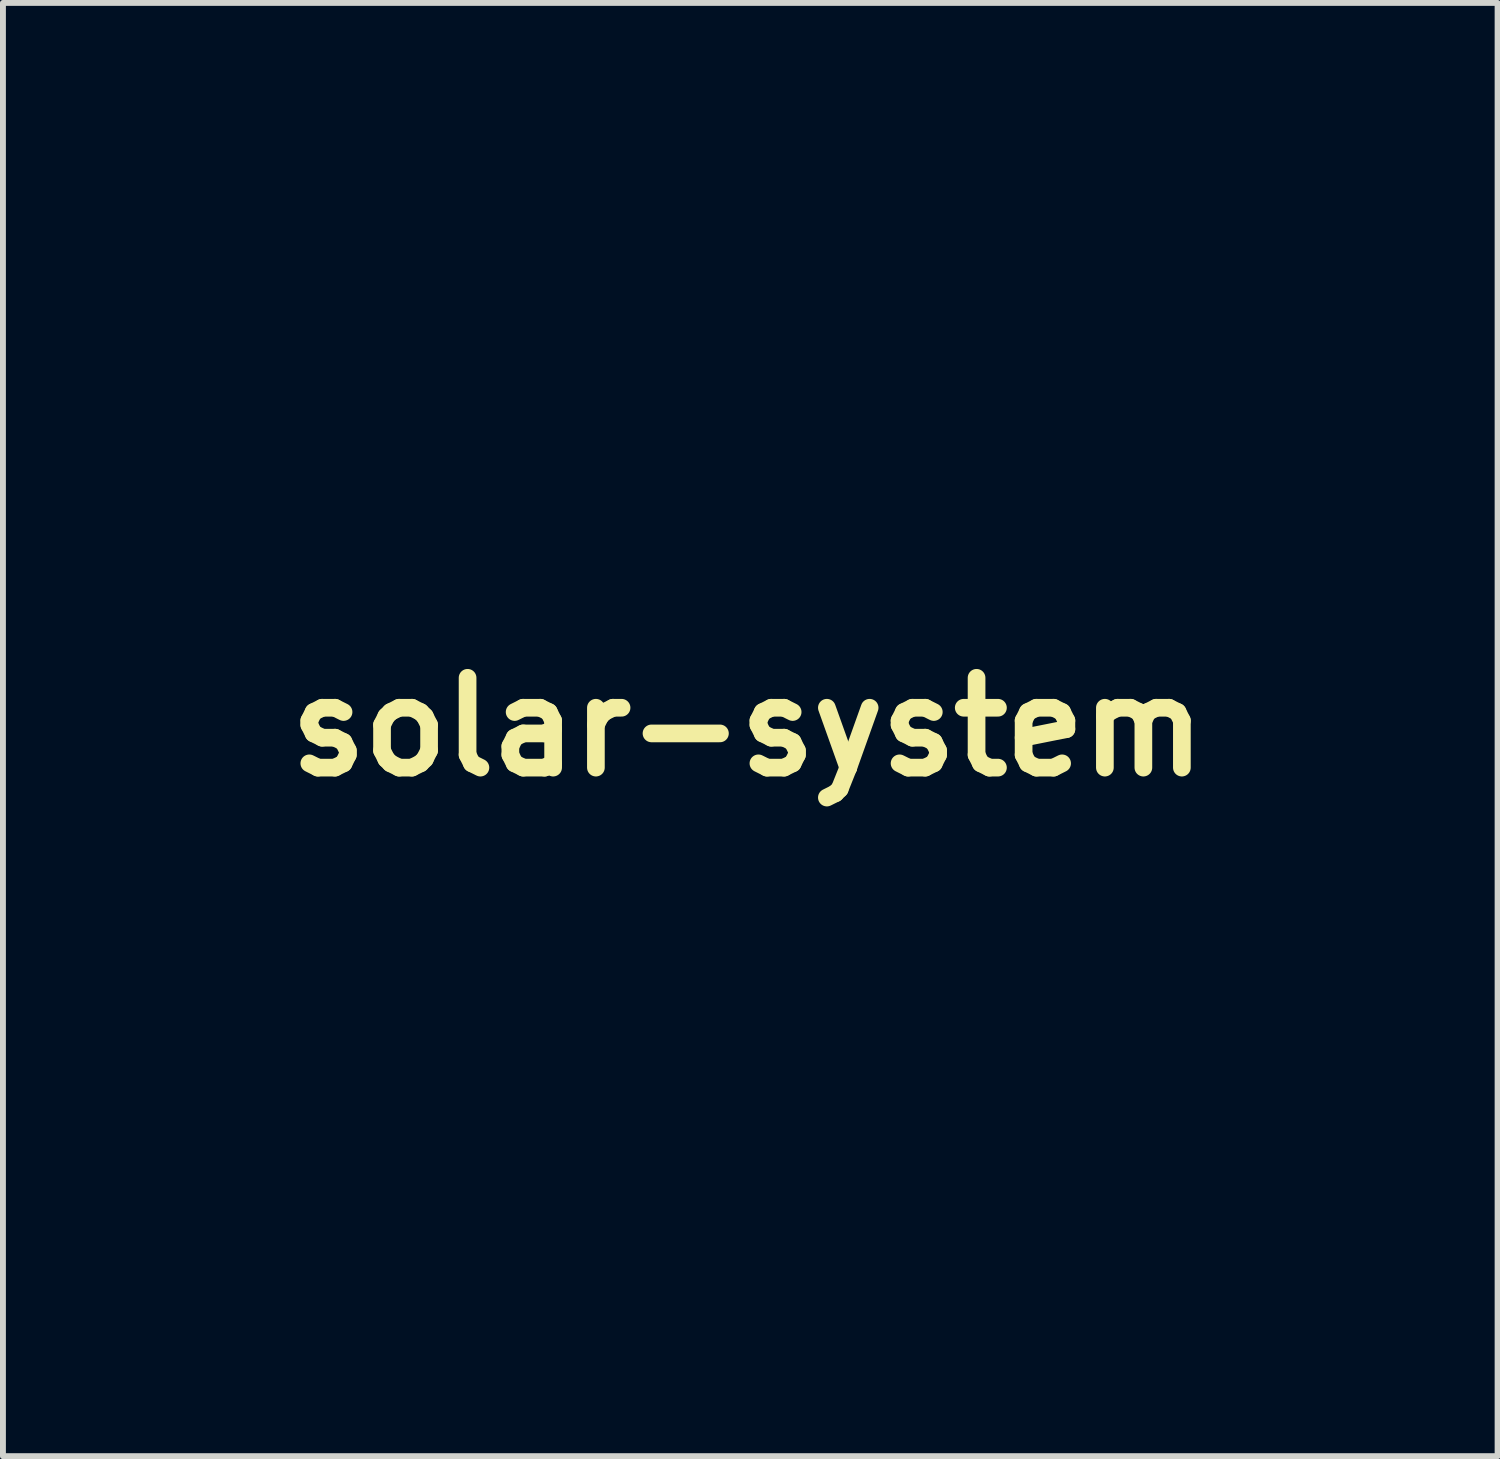
<source format=kicad_pcb>
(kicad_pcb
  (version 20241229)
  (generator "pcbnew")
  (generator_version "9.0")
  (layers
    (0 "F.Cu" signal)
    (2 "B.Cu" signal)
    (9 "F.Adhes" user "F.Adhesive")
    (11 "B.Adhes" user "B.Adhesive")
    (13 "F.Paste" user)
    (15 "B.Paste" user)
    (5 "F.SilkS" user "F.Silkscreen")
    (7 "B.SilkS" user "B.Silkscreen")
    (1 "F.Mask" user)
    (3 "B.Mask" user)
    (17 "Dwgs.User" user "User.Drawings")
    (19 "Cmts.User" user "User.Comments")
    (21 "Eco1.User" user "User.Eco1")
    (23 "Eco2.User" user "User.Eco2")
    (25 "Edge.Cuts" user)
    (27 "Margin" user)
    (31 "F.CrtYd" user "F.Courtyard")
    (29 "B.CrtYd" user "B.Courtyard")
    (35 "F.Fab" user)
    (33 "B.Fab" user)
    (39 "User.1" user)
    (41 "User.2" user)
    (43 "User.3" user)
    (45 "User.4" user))
  (footprint "solar-system"
    (layer "F.Cu")
    (at 9.637 9.285)
    (property "Reference" "solar-system" (at 0 0 0) (layer "F.SilkS") (effects (font (size 1.524 1.524) (thickness 0.3))))
    (attr through_hole)
    (fp_poly (pts (xy -2.879 5.884) (xy -2.921 5.927) (xy -2.963 5.884) (xy -2.921 5.842) (xy -2.879 5.884)) (stroke (width 0.01) (type solid)) (fill yes) (layer "F.Mask"))
    (fp_poly (pts (xy -2.54 5.884) (xy -2.582 5.927) (xy -2.625 5.884) (xy -2.582 5.842) (xy -2.54 5.884)) (stroke (width 0.01) (type solid)) (fill yes) (layer "F.Mask"))
    (fp_poly (pts (xy -5.108 -5.729) (xy -5.12 -5.679) (xy -5.165 -5.673) (xy -5.234 -5.704) (xy -5.221 -5.729) (xy -5.121 -5.739) (xy -5.108 -5.729)) (stroke (width 0.01) (type solid)) (fill yes) (layer "F.Mask"))
    (fp_poly (pts (xy -3.923 5.362) (xy -3.913 5.463) (xy -3.923 5.475) (xy -3.973 5.463) (xy -3.979 5.419) (xy -3.948 5.349) (xy -3.923 5.362)) (stroke (width 0.01) (type solid)) (fill yes) (layer "F.Mask"))
    (fp_poly (pts (xy -2.23 5.701) (xy -2.241 5.751) (xy -2.286 5.757) (xy -2.356 5.726) (xy -2.342 5.701) (xy -2.242 5.691) (xy -2.23 5.701)) (stroke (width 0.01) (type solid)) (fill yes) (layer "F.Mask"))
    (fp_poly (pts (xy 7.592 -4.882) (xy 7.58 -4.832) (xy 7.535 -4.826) (xy 7.466 -4.857) (xy 7.479 -4.882) (xy 7.579 -4.893) (xy 7.592 -4.882)) (stroke (width 0.01) (type solid)) (fill yes) (layer "F.Mask"))
    (fp_poly (pts (xy -4.019 4.927) (xy -4.045 4.99) (xy -4.124 5.032) (xy -4.223 5.058) (xy -4.182 4.996) (xy -4.171 4.985) (xy -4.06 4.918) (xy -4.019 4.927)) (stroke (width 0.01) (type solid)) (fill yes) (layer "F.Mask"))
    (fp_poly (pts (xy -3.16 5.807) (xy -3.175 5.908) (xy -3.286 5.992) (xy -3.372 5.955) (xy -3.387 5.891) (xy -3.318 5.775) (xy -3.253 5.757) (xy -3.16 5.807)) (stroke (width 0.01) (type solid)) (fill yes) (layer "F.Mask"))
    (fp_poly (pts (xy -4.828 -6.031) (xy -4.826 -6.011) (xy -4.895 -5.937) (xy -4.958 -5.927) (xy -5.046 -5.968) (xy -5.038 -6.011) (xy -4.929 -6.093) (xy -4.906 -6.096) (xy -4.828 -6.031)) (stroke (width 0.01) (type solid)) (fill yes) (layer "F.Mask"))
    (fp_poly (pts (xy -4.1 -6.395) (xy -4.106 -6.35) (xy -4.179 -6.269) (xy -4.191 -6.265) (xy -4.258 -6.324) (xy -4.276 -6.35) (xy -4.256 -6.422) (xy -4.191 -6.435) (xy -4.1 -6.395)) (stroke (width 0.01) (type solid)) (fill yes) (layer "F.Mask"))
    (fp_poly (pts (xy -3.982 -4.931) (xy -3.979 -4.911) (xy -4.044 -4.828) (xy -4.064 -4.826) (xy -4.146 -4.89) (xy -4.149 -4.911) (xy -4.084 -4.993) (xy -4.064 -4.995) (xy -3.982 -4.931)) (stroke (width 0.01) (type solid)) (fill yes) (layer "F.Mask"))
    (fp_poly (pts (xy -3.707 -6.464) (xy -3.687 -6.442) (xy -3.696 -6.331) (xy -3.718 -6.312) (xy -3.829 -6.321) (xy -3.848 -6.343) (xy -3.839 -6.453) (xy -3.817 -6.473) (xy -3.707 -6.464)) (stroke (width 0.01) (type solid)) (fill yes) (layer "F.Mask"))
    (fp_poly (pts (xy -3.622 5.643) (xy -3.603 5.665) (xy -3.611 5.776) (xy -3.633 5.795) (xy -3.744 5.787) (xy -3.763 5.765) (xy -3.755 5.654) (xy -3.733 5.635) (xy -3.622 5.643)) (stroke (width 0.01) (type solid)) (fill yes) (layer "F.Mask"))
    (fp_poly (pts (xy -3.453 -5.533) (xy -3.433 -5.511) (xy -3.442 -5.4) (xy -3.464 -5.381) (xy -3.575 -5.389) (xy -3.594 -5.411) (xy -3.585 -5.522) (xy -3.563 -5.541) (xy -3.453 -5.533)) (stroke (width 0.01) (type solid)) (fill yes) (layer "F.Mask"))
    (fp_poly (pts (xy 7.619 -3.321) (xy 7.62 -3.302) (xy 7.555 -3.221) (xy 7.53 -3.217) (xy 7.48 -3.269) (xy 7.493 -3.302) (xy 7.569 -3.383) (xy 7.583 -3.387) (xy 7.619 -3.321)) (stroke (width 0.01) (type solid)) (fill yes) (layer "F.Mask"))
    (fp_poly (pts (xy 0.467 -0.761) (xy 0.776 -0.579) (xy 0.963 -0.286) (xy 1.016 0.042) (xy 0.946 0.414) (xy 0.744 0.695) (xy 0.49 0.84) (xy 0.244 0.912) (xy 0.061 0.912) (xy -0.136 0.848) (xy -0.426 0.65) (xy -0.605 0.36) (xy -0.661 0.025) (xy -0.583 -0.31) (xy -0.466 -0.492) (xy -0.173 -0.736) (xy 0.161 -0.815) (xy 0.467 -0.761)) (stroke (width 0.01) (type solid)) (fill yes) (layer "F.Mask"))
    (fp_poly (pts (xy 0.525 -1.112) (xy 0.955 -0.927) (xy 1.334 -0.614) (xy 1.532 -0.394) (xy 1.636 -0.23) (xy 1.67 -0.058) (xy 1.661 0.188) (xy 1.657 0.232) (xy 1.544 0.736) (xy 1.295 1.139) (xy 0.921 1.435) (xy 0.547 1.566) (xy 0.116 1.601) (xy -0.288 1.532) (xy -0.339 1.514) (xy -0.725 1.276) (xy -1 0.936) (xy -1.152 0.528) (xy -1.167 0.146) (xy -1.085 0.146) (xy -1.041 0.553) (xy -0.874 0.916) (xy -0.61 1.212) (xy -0.272 1.42) (xy 0.117 1.52) (xy 0.532 1.488) (xy 0.845 1.367) (xy 1.218 1.083) (xy 1.454 0.698) (xy 1.521 0.478) (xy 1.552 0.23) (xy 1.496 0.073) (xy 1.467 0.04) (xy 1.386 -0.129) (xy 1.392 -0.237) (xy 1.364 -0.402) (xy 1.217 -0.599) (xy 0.99 -0.792) (xy 0.72 -0.947) (xy 0.553 -1.007) (xy 0.117 -1.045) (xy -0.303 -0.942) (xy -0.667 -0.717) (xy -0.934 -0.388) (xy -0.984 -0.285) (xy -1.085 0.146) (xy -1.167 0.146) (xy -1.17 0.087) (xy -1.042 -0.354) (xy -0.998 -0.437) (xy -0.702 -0.814) (xy -0.331 -1.053) (xy 0.087 -1.153) (xy 0.525 -1.112)) (stroke (width 0.01) (type solid)) (fill yes) (layer "F.Mask"))
    (fp_poly (pts (xy 0.757 -1.712) (xy 1.244 -1.529) (xy 1.675 -1.231) (xy 2.021 -0.82) (xy 2.176 -0.522) (xy 2.3 -0.023) (xy 2.283 0.502) (xy 2.14 1.012) (xy 1.882 1.467) (xy 1.522 1.825) (xy 1.442 1.879) (xy 1.011 2.109) (xy 0.576 2.238) (xy 0.067 2.284) (xy -0.042 2.285) (xy -0.298 2.28) (xy -0.484 2.249) (xy -0.65 2.169) (xy -0.848 2.017) (xy -1.073 1.819) (xy -1.462 1.423) (xy -1.71 1.041) (xy -1.833 0.631) (xy -1.846 0.285) (xy -1.77 0.285) (xy -1.671 0.814) (xy -1.558 1.086) (xy -1.379 1.379) (xy -1.166 1.641) (xy -1.047 1.75) (xy -0.861 1.883) (xy -0.755 1.917) (xy -0.678 1.863) (xy -0.649 1.825) (xy -0.478 1.703) (xy -0.288 1.714) (xy -0.142 1.841) (xy -0.1 1.968) (xy -0.041 2.126) (xy 0.104 2.198) (xy 0.356 2.188) (xy 0.735 2.099) (xy 0.81 2.077) (xy 1.332 1.841) (xy 1.745 1.489) (xy 2.034 1.041) (xy 2.183 0.517) (xy 2.199 0.248) (xy 2.12 -0.315) (xy 1.899 -0.806) (xy 1.555 -1.207) (xy 1.107 -1.499) (xy 0.575 -1.664) (xy 0.212 -1.693) (xy -0.353 -1.619) (xy -0.843 -1.413) (xy -1.244 -1.097) (xy -1.542 -0.693) (xy -1.722 -0.225) (xy -1.77 0.285) (xy -1.846 0.285) (xy -1.851 0.154) (xy -1.847 0.094) (xy -1.771 -0.357) (xy -1.597 -0.753) (xy -1.559 -0.817) (xy -1.205 -1.244) (xy -0.768 -1.545) (xy -0.277 -1.722) (xy 0.24 -1.777) (xy 0.757 -1.712)) (stroke (width 0.01) (type solid)) (fill yes) (layer "F.Mask"))
    (fp_poly (pts (xy 1.134 -2.982) (xy 1.82 -2.717) (xy 2.215 -2.554) (xy 2.5 -2.507) (xy 2.561 -2.514) (xy 2.743 -2.519) (xy 2.794 -2.46) (xy 2.847 -2.405) (xy 2.893 -2.422) (xy 2.924 -2.41) (xy 2.861 -2.296) (xy 2.858 -2.291) (xy 2.79 -2.175) (xy 2.785 -2.068) (xy 2.856 -1.922) (xy 3.017 -1.689) (xy 3.022 -1.682) (xy 3.371 -1.057) (xy 3.573 -0.374) (xy 3.63 0.337) (xy 3.54 1.045) (xy 3.301 1.721) (xy 3.119 2.049) (xy 2.666 2.613) (xy 2.109 3.063) (xy 1.476 3.388) (xy 0.793 3.58) (xy 0.086 3.628) (xy -0.618 3.524) (xy -0.855 3.452) (xy -1.453 3.175) (xy -2.003 2.794) (xy -2.449 2.349) (xy -2.539 2.233) (xy -2.901 1.597) (xy -3.109 0.932) (xy -3.171 0.257) (xy -3.171 0.254) (xy -3.006 0.254) (xy -3.001 0.678) (xy -2.98 0.984) (xy -2.936 1.223) (xy -2.859 1.446) (xy -2.78 1.623) (xy -2.397 2.252) (xy -1.902 2.767) (xy -1.316 3.159) (xy -0.662 3.416) (xy 0.039 3.529) (xy 0.765 3.488) (xy 1.062 3.425) (xy 1.764 3.158) (xy 2.374 2.752) (xy 2.881 2.216) (xy 3.249 1.609) (xy 3.377 1.327) (xy 3.455 1.09) (xy 3.496 0.838) (xy 3.512 0.512) (xy 3.514 0.252) (xy 3.509 -0.144) (xy 3.485 -0.43) (xy 3.432 -0.664) (xy 3.337 -0.904) (xy 3.243 -1.102) (xy 2.838 -1.738) (xy 2.314 -2.263) (xy 1.693 -2.664) (xy 0.996 -2.924) (xy 0.717 -2.982) (xy 0.028 -3.014) (xy -0.654 -2.892) (xy -1.301 -2.632) (xy -1.885 -2.247) (xy -2.38 -1.754) (xy -2.756 -1.166) (xy -2.778 -1.121) (xy -2.884 -0.876) (xy -2.951 -0.654) (xy -2.988 -0.402) (xy -3.003 -0.07) (xy -3.006 0.254) (xy -3.171 0.254) (xy -3.097 -0.408) (xy -2.894 -1.043) (xy -2.571 -1.629) (xy -2.135 -2.145) (xy -1.597 -2.573) (xy -0.963 -2.891) (xy -0.293 -3.073) (xy 0.41 -3.109) (xy 1.134 -2.982)) (stroke (width 0.01) (type solid)) (fill yes) (layer "F.Mask"))
    (fp_poly (pts (xy 0.647 -2.401) (xy 0.969 -2.363) (xy 1.232 -2.288) (xy 1.359 -2.234) (xy 1.816 -1.964) (xy 2.232 -1.608) (xy 2.569 -1.206) (xy 2.793 -0.796) (xy 2.84 -0.65) (xy 2.94 -0.441) (xy 3.097 -0.247) (xy 3.259 -0.061) (xy 3.284 0.105) (xy 3.175 0.306) (xy 3.127 0.37) (xy 3.019 0.521) (xy 3.02 0.583) (xy 3.089 0.593) (xy 3.181 0.633) (xy 3.174 0.679) (xy 3.082 0.733) (xy 3.056 0.725) (xy 2.999 0.776) (xy 2.916 0.949) (xy 2.848 1.14) (xy 2.62 1.621) (xy 2.264 2.078) (xy 1.821 2.466) (xy 1.468 2.677) (xy 1.001 2.841) (xy 0.459 2.931) (xy -0.09 2.942) (xy -0.576 2.868) (xy -0.65 2.846) (xy -1.267 2.563) (xy -1.777 2.161) (xy -2.17 1.663) (xy -2.435 1.092) (xy -2.56 0.468) (xy -2.553 0.278) (xy -2.464 0.278) (xy -2.405 0.851) (xy -2.253 1.321) (xy -1.908 1.865) (xy -1.432 2.322) (xy -0.849 2.671) (xy -0.508 2.804) (xy -0.162 2.861) (xy 0.275 2.857) (xy 0.741 2.797) (xy 1.17 2.687) (xy 1.36 2.613) (xy 1.923 2.263) (xy 2.384 1.792) (xy 2.678 1.312) (xy 2.812 0.971) (xy 2.872 0.689) (xy 2.855 0.497) (xy 2.759 0.423) (xy 2.755 0.423) (xy 2.6 0.354) (xy 2.512 0.187) (xy 2.497 -0.018) (xy 2.562 -0.2) (xy 2.67 -0.286) (xy 2.781 -0.401) (xy 2.776 -0.597) (xy 2.672 -0.85) (xy 2.487 -1.137) (xy 2.238 -1.433) (xy 1.943 -1.716) (xy 1.618 -1.962) (xy 1.312 -2.133) (xy 0.825 -2.281) (xy 0.264 -2.336) (xy -0.303 -2.298) (xy -0.808 -2.167) (xy -0.889 -2.133) (xy -1.382 -1.832) (xy -1.828 -1.423) (xy -2.174 -0.954) (xy -2.253 -0.804) (xy -2.414 -0.295) (xy -2.464 0.278) (xy -2.553 0.278) (xy -2.535 -0.187) (xy -2.421 -0.654) (xy -2.187 -1.13) (xy -1.826 -1.584) (xy -1.38 -1.969) (xy -1.033 -2.176) (xy -0.768 -2.295) (xy -0.53 -2.366) (xy -0.258 -2.402) (xy 0.109 -2.412) (xy 0.212 -2.413) (xy 0.647 -2.401)) (stroke (width 0.01) (type solid)) (fill yes) (layer "F.Mask"))
    (fp_poly (pts (xy 0.826 -5.264) (xy 1.353 -5.199) (xy 1.853 -5.071) (xy 2.389 -4.865) (xy 2.771 -4.69) (xy 3.615 -4.197) (xy 4.341 -3.588) (xy 4.941 -2.876) (xy 5.407 -2.072) (xy 5.732 -1.189) (xy 5.907 -0.24) (xy 5.938 0.391) (xy 5.857 1.336) (xy 5.626 2.226) (xy 5.26 3.048) (xy 4.772 3.792) (xy 4.177 4.447) (xy 3.487 5.001) (xy 2.717 5.445) (xy 1.881 5.767) (xy 0.993 5.955) (xy 0.066 5.999) (xy -0.885 5.889) (xy -0.966 5.872) (xy -1.373 5.764) (xy -1.815 5.614) (xy -2.102 5.497) (xy -2.653 5.247) (xy -2.835 5.417) (xy -3.101 5.565) (xy -3.392 5.559) (xy -3.666 5.4) (xy -3.687 5.38) (xy -3.864 5.109) (xy -3.873 4.818) (xy -3.808 4.654) (xy -3.782 4.549) (xy -3.823 4.416) (xy -3.949 4.221) (xy -4.152 3.961) (xy -4.717 3.137) (xy -5.121 2.262) (xy -5.363 1.336) (xy -5.446 0.355) (xy -5.446 0.347) (xy -5.343 0.347) (xy -5.297 1.188) (xy -5.144 1.937) (xy -4.869 2.649) (xy -4.456 3.373) (xy -4.447 3.387) (xy -4.159 3.804) (xy -3.919 4.087) (xy -3.705 4.255) (xy -3.494 4.327) (xy -3.332 4.33) (xy -3.073 4.364) (xy -2.833 4.485) (xy -2.667 4.658) (xy -2.625 4.798) (xy -2.561 4.902) (xy -2.519 4.912) (xy -2.466 4.935) (xy -2.53 4.987) (xy -2.605 5.069) (xy -2.566 5.159) (xy -2.398 5.269) (xy -2.089 5.408) (xy -1.863 5.498) (xy -1.278 5.702) (xy -0.756 5.827) (xy -0.225 5.886) (xy 0.386 5.889) (xy 0.531 5.884) (xy 1.089 5.841) (xy 1.572 5.753) (xy 2.065 5.605) (xy 2.945 5.215) (xy 3.737 4.687) (xy 4.428 4.039) (xy 5.003 3.285) (xy 5.447 2.442) (xy 5.723 1.615) (xy 5.804 1.113) (xy 5.833 0.512) (xy 5.812 -0.126) (xy 5.743 -0.741) (xy 5.629 -1.27) (xy 5.603 -1.355) (xy 5.235 -2.217) (xy 4.729 -2.997) (xy 4.103 -3.68) (xy 3.375 -4.253) (xy 2.563 -4.7) (xy 1.683 -5.009) (xy 0.867 -5.154) (xy -0.14 -5.177) (xy -1.09 -5.04) (xy -1.983 -4.744) (xy -2.819 -4.288) (xy -3.596 -3.674) (xy -3.781 -3.495) (xy -4.394 -2.768) (xy -4.856 -1.963) (xy -5.166 -1.085) (xy -5.323 -0.139) (xy -5.343 0.347) (xy -5.446 0.347) (xy -5.446 0.339) (xy -5.367 -0.636) (xy -5.133 -1.546) (xy -4.742 -2.391) (xy -4.195 -3.17) (xy -3.999 -3.392) (xy -3.267 -4.081) (xy -2.491 -4.609) (xy -1.659 -4.982) (xy -0.76 -5.203) (xy 0.212 -5.28) (xy 0.826 -5.264)) (stroke (width 0.01) (type solid)) (fill yes) (layer "F.Mask"))
    (fp_poly (pts (xy 0.805 -9.277) (xy 2.042 -9.117) (xy 3.25 -8.8) (xy 4.408 -8.33) (xy 4.601 -8.234) (xy 5.673 -7.594) (xy 6.625 -6.848) (xy 7.454 -6.007) (xy 8.158 -5.086) (xy 8.734 -4.098) (xy 9.181 -3.055) (xy 9.495 -1.971) (xy 9.675 -0.858) (xy 9.718 0.269) (xy 9.621 1.399) (xy 9.383 2.517) (xy 9.001 3.611) (xy 8.472 4.667) (xy 7.795 5.673) (xy 7.229 6.342) (xy 6.336 7.184) (xy 5.342 7.898) (xy 4.264 8.479) (xy 3.119 8.922) (xy 1.922 9.219) (xy 0.691 9.367) (xy -0.558 9.359) (xy -1.373 9.267) (xy -2.572 8.996) (xy -3.722 8.572) (xy -4.806 8.006) (xy -5.809 7.309) (xy -6.716 6.492) (xy -7.511 5.566) (xy -8.179 4.544) (xy -8.368 4.187) (xy -8.809 3.166) (xy -9.132 2.105) (xy -9.23 1.651) (xy -9.326 1.252) (xy -9.439 1.007) (xy -9.496 0.948) (xy -9.632 0.763) (xy -9.626 0.544) (xy -9.536 0.405) (xy -9.472 0.26) (xy -9.446 0.138) (xy -9.298 0.138) (xy -9.295 0.202) (xy -9.033 0.367) (xy -8.914 0.601) (xy -8.906 0.657) (xy -8.916 0.858) (xy -9.016 0.958) (xy -9.059 0.973) (xy -9.165 1.027) (xy -9.205 1.128) (xy -9.193 1.329) (xy -9.18 1.425) (xy -9.082 1.915) (xy -8.927 2.492) (xy -8.734 3.09) (xy -8.523 3.645) (xy -8.424 3.87) (xy -7.849 4.917) (xy -7.137 5.88) (xy -6.303 6.747) (xy -5.363 7.507) (xy -4.333 8.148) (xy -3.229 8.66) (xy -2.065 9.031) (xy -1.058 9.224) (xy -0.558 9.265) (xy 0.047 9.276) (xy 0.695 9.259) (xy 1.325 9.215) (xy 1.878 9.147) (xy 2.093 9.108) (xy 3.31 8.775) (xy 4.429 8.308) (xy 5.467 7.7) (xy 6.443 6.94) (xy 6.788 6.621) (xy 7.643 5.688) (xy 8.349 4.676) (xy 8.903 3.59) (xy 9.304 2.434) (xy 9.527 1.376) (xy 9.613 0.686) (xy 9.644 0.078) (xy 9.62 -0.526) (xy 9.54 -1.202) (xy 9.527 -1.291) (xy 9.261 -2.496) (xy 8.841 -3.642) (xy 8.273 -4.718) (xy 7.565 -5.712) (xy 6.725 -6.615) (xy 5.76 -7.415) (xy 5.023 -7.903) (xy 4.004 -8.422) (xy 2.897 -8.817) (xy 1.738 -9.079) (xy 0.563 -9.202) (xy -0.594 -9.176) (xy -0.763 -9.159) (xy -2.023 -8.94) (xy -3.213 -8.575) (xy -4.325 -8.075) (xy -5.349 -7.449) (xy -6.276 -6.705) (xy -7.095 -5.854) (xy -7.799 -4.905) (xy -8.377 -3.867) (xy -8.819 -2.75) (xy -9.117 -1.563) (xy -9.23 -0.745) (xy -9.264 -0.369) (xy -9.287 -0.063) (xy -9.298 0.138) (xy -9.446 0.138) (xy -9.412 -0.019) (xy -9.366 -0.398) (xy -9.36 -0.469) (xy -9.179 -1.764) (xy -8.852 -2.973) (xy -8.378 -4.101) (xy -7.755 -5.151) (xy -6.982 -6.126) (xy -6.599 -6.527) (xy -5.646 -7.353) (xy -4.593 -8.046) (xy -3.451 -8.598) (xy -2.882 -8.809) (xy -1.676 -9.125) (xy -0.441 -9.28) (xy 0.805 -9.277)) (stroke (width 0.01) (type solid)) (fill yes) (layer "F.Mask"))
    (fp_poly (pts (xy 0.567 -8.131) (xy 1.192 -8.097) (xy 1.734 -8.035) (xy 1.863 -8.012) (xy 2.978 -7.714) (xy 4.039 -7.273) (xy 5.027 -6.7) (xy 5.918 -6.009) (xy 6.692 -5.212) (xy 6.856 -5.008) (xy 7.066 -4.755) (xy 7.239 -4.576) (xy 7.35 -4.497) (xy 7.375 -4.501) (xy 7.449 -4.539) (xy 7.488 -4.495) (xy 7.587 -4.436) (xy 7.622 -4.446) (xy 7.716 -4.428) (xy 7.797 -4.293) (xy 7.846 -4.094) (xy 7.842 -3.884) (xy 7.841 -3.878) (xy 7.843 -3.646) (xy 7.932 -3.321) (xy 8.05 -3.02) (xy 8.429 -1.928) (xy 8.646 -0.826) (xy 8.709 0.273) (xy 8.624 1.358) (xy 8.396 2.414) (xy 8.034 3.43) (xy 7.543 4.392) (xy 6.929 5.288) (xy 6.2 6.104) (xy 5.361 6.829) (xy 4.419 7.448) (xy 3.381 7.95) (xy 2.301 8.31) (xy 1.801 8.408) (xy 1.19 8.478) (xy 0.523 8.516) (xy -0.145 8.522) (xy -0.757 8.494) (xy -1.242 8.432) (xy -2.425 8.125) (xy -3.522 7.673) (xy -4.537 7.073) (xy -5.47 6.325) (xy -5.938 5.863) (xy -6.37 5.383) (xy -6.713 4.942) (xy -7.008 4.48) (xy -7.295 3.939) (xy -7.414 3.694) (xy -7.835 2.62) (xy -8.095 1.532) (xy -8.179 0.675) (xy -8.1 0.675) (xy -8.011 1.453) (xy -7.739 2.605) (xy -7.319 3.684) (xy -6.762 4.681) (xy -6.078 5.585) (xy -5.277 6.386) (xy -4.367 7.074) (xy -3.361 7.639) (xy -2.267 8.071) (xy -1.207 8.338) (xy -0.626 8.411) (xy 0.058 8.436) (xy 0.786 8.416) (xy 1.497 8.353) (xy 2.134 8.249) (xy 2.282 8.215) (xy 3.388 7.856) (xy 4.421 7.351) (xy 5.369 6.713) (xy 6.221 5.952) (xy 6.965 5.08) (xy 7.588 4.111) (xy 8.08 3.055) (xy 8.401 2.032) (xy 8.506 1.452) (xy 8.566 0.768) (xy 8.582 0.041) (xy 8.552 -0.667) (xy 8.477 -1.298) (xy 8.437 -1.502) (xy 8.312 -1.991) (xy 8.165 -2.457) (xy 8.007 -2.875) (xy 7.848 -3.224) (xy 7.7 -3.478) (xy 7.572 -3.614) (xy 7.478 -3.612) (xy 7.393 -3.63) (xy 7.263 -3.746) (xy 7.144 -3.974) (xy 7.15 -4.196) (xy 7.16 -4.34) (xy 7.121 -4.483) (xy 7.012 -4.662) (xy 6.815 -4.914) (xy 6.709 -5.042) (xy 5.886 -5.894) (xy 4.96 -6.619) (xy 3.947 -7.207) (xy 2.864 -7.65) (xy 1.964 -7.89) (xy 1.229 -7.997) (xy 0.414 -8.038) (xy -0.423 -8.016) (xy -1.226 -7.932) (xy -1.938 -7.789) (xy -2.056 -7.755) (xy -3.157 -7.346) (xy -4.169 -6.806) (xy -5.085 -6.148) (xy -5.897 -5.385) (xy -6.596 -4.529) (xy -7.173 -3.594) (xy -7.62 -2.594) (xy -7.93 -1.54) (xy -8.092 -0.446) (xy -8.1 0.675) (xy -8.179 0.675) (xy -8.202 0.442) (xy -8.161 -0.638) (xy -7.981 -1.694) (xy -7.667 -2.714) (xy -7.226 -3.685) (xy -6.665 -4.595) (xy -5.991 -5.43) (xy -5.21 -6.179) (xy -4.329 -6.828) (xy -3.354 -7.365) (xy -2.294 -7.778) (xy -1.185 -8.047) (xy -0.684 -8.106) (xy -0.079 -8.134) (xy 0.567 -8.131)) (stroke (width 0.01) (type solid)) (fill yes) (layer "F.Mask"))
    (fp_poly (pts (xy 0.829 -6.594) (xy 1.854 -6.396) (xy 2.844 -6.051) (xy 3.779 -5.561) (xy 4.642 -4.932) (xy 5.173 -4.434) (xy 5.871 -3.592) (xy 6.422 -2.675) (xy 6.822 -1.697) (xy 7.066 -0.673) (xy 7.15 0.385) (xy 7.107 1.164) (xy 6.907 2.231) (xy 6.56 3.231) (xy 6.076 4.153) (xy 5.468 4.986) (xy 4.748 5.719) (xy 3.927 6.341) (xy 3.018 6.841) (xy 2.032 7.207) (xy 0.982 7.429) (xy 0.296 7.49) (xy -0.14 7.497) (xy -0.584 7.486) (xy -0.961 7.459) (xy -1.081 7.444) (xy -2.109 7.202) (xy -3.094 6.807) (xy -4.014 6.274) (xy -4.852 5.617) (xy -5.586 4.851) (xy -6.196 3.99) (xy -6.421 3.584) (xy -6.777 2.723) (xy -7.021 1.782) (xy -7.145 0.815) (xy -7.142 0.423) (xy -7.034 0.423) (xy -6.994 1.283) (xy -6.863 2.057) (xy -6.627 2.808) (xy -6.314 3.514) (xy -5.767 4.435) (xy -5.092 5.253) (xy -4.306 5.956) (xy -3.422 6.535) (xy -2.455 6.979) (xy -1.42 7.278) (xy -0.926 7.363) (xy -0.335 7.406) (xy 0.343 7.392) (xy 1.037 7.326) (xy 1.676 7.213) (xy 1.773 7.19) (xy 2.767 6.854) (xy 3.699 6.37) (xy 4.551 5.752) (xy 5.304 5.015) (xy 5.94 4.175) (xy 6.314 3.514) (xy 6.624 2.824) (xy 6.836 2.186) (xy 6.962 1.543) (xy 7.012 0.841) (xy 7.005 0.174) (xy 6.96 -0.548) (xy 6.874 -1.154) (xy 6.734 -1.7) (xy 6.527 -2.236) (xy 6.254 -2.788) (xy 5.665 -3.721) (xy 4.965 -4.528) (xy 4.152 -5.209) (xy 3.224 -5.765) (xy 2.201 -6.192) (xy 1.841 -6.308) (xy 1.533 -6.389) (xy 1.227 -6.441) (xy 0.869 -6.474) (xy 0.409 -6.496) (xy 0.254 -6.501) (xy -0.271 -6.512) (xy -0.679 -6.505) (xy -1.023 -6.476) (xy -1.356 -6.421) (xy -1.63 -6.36) (xy -2.272 -6.177) (xy -2.855 -5.953) (xy -3.345 -5.703) (xy -3.708 -5.443) (xy -3.785 -5.369) (xy -3.982 -5.195) (xy -4.166 -5.092) (xy -4.225 -5.08) (xy -4.397 -5.032) (xy -4.462 -4.974) (xy -4.589 -4.849) (xy -4.699 -4.776) (xy -4.898 -4.62) (xy -5.155 -4.349) (xy -5.444 -3.998) (xy -5.739 -3.599) (xy -6.015 -3.186) (xy -6.247 -2.793) (xy -6.312 -2.667) (xy -6.656 -1.883) (xy -6.881 -1.135) (xy -7.002 -0.356) (xy -7.034 0.423) (xy -7.142 0.423) (xy -7.138 -0.127) (xy -7.116 -0.34) (xy -6.908 -1.415) (xy -6.55 -2.412) (xy -6.04 -3.341) (xy -5.373 -4.209) (xy -5.153 -4.447) (xy -4.894 -4.726) (xy -4.693 -4.961) (xy -4.57 -5.126) (xy -4.545 -5.194) (xy -4.662 -5.234) (xy -4.84 -5.249) (xy -5.031 -5.284) (xy -5.066 -5.375) (xy -5.024 -5.419) (xy -4.911 -5.419) (xy -4.842 -5.344) (xy -4.779 -5.334) (xy -4.691 -5.375) (xy -4.699 -5.419) (xy -4.807 -5.5) (xy -4.831 -5.503) (xy -4.908 -5.439) (xy -4.911 -5.419) (xy -5.024 -5.419) (xy -4.94 -5.504) (xy -4.911 -5.523) (xy -4.778 -5.641) (xy -4.741 -5.722) (xy -4.725 -5.757) (xy -3.725 -5.757) (xy -3.696 -5.675) (xy -3.688 -5.673) (xy -3.616 -5.732) (xy -3.598 -5.757) (xy -3.605 -5.835) (xy -3.636 -5.842) (xy -3.722 -5.781) (xy -3.725 -5.757) (xy -4.725 -5.757) (xy -4.671 -5.878) (xy -4.497 -6.005) (xy -4.278 -6.083) (xy -4.072 -6.092) (xy -3.937 -6.011) (xy -3.82 -5.946) (xy -3.678 -5.927) (xy -3.521 -5.89) (xy -3.47 -5.821) (xy -3.445 -5.772) (xy -3.392 -5.836) (xy -3.247 -5.953) (xy -3.161 -5.98) (xy -3.014 -6.018) (xy -2.754 -6.098) (xy -2.428 -6.207) (xy -2.286 -6.256) (xy -1.259 -6.528) (xy -0.215 -6.64) (xy 0.829 -6.594)) (stroke (width 0.01) (type solid)) (fill yes) (layer "F.Mask")))
  (gr_rect
    (start -3 -3)
    (end 22.36 21.657)
    (stroke (width 0.1) (type default))
    (fill no)
    (layer "Edge.Cuts")))
</source>
